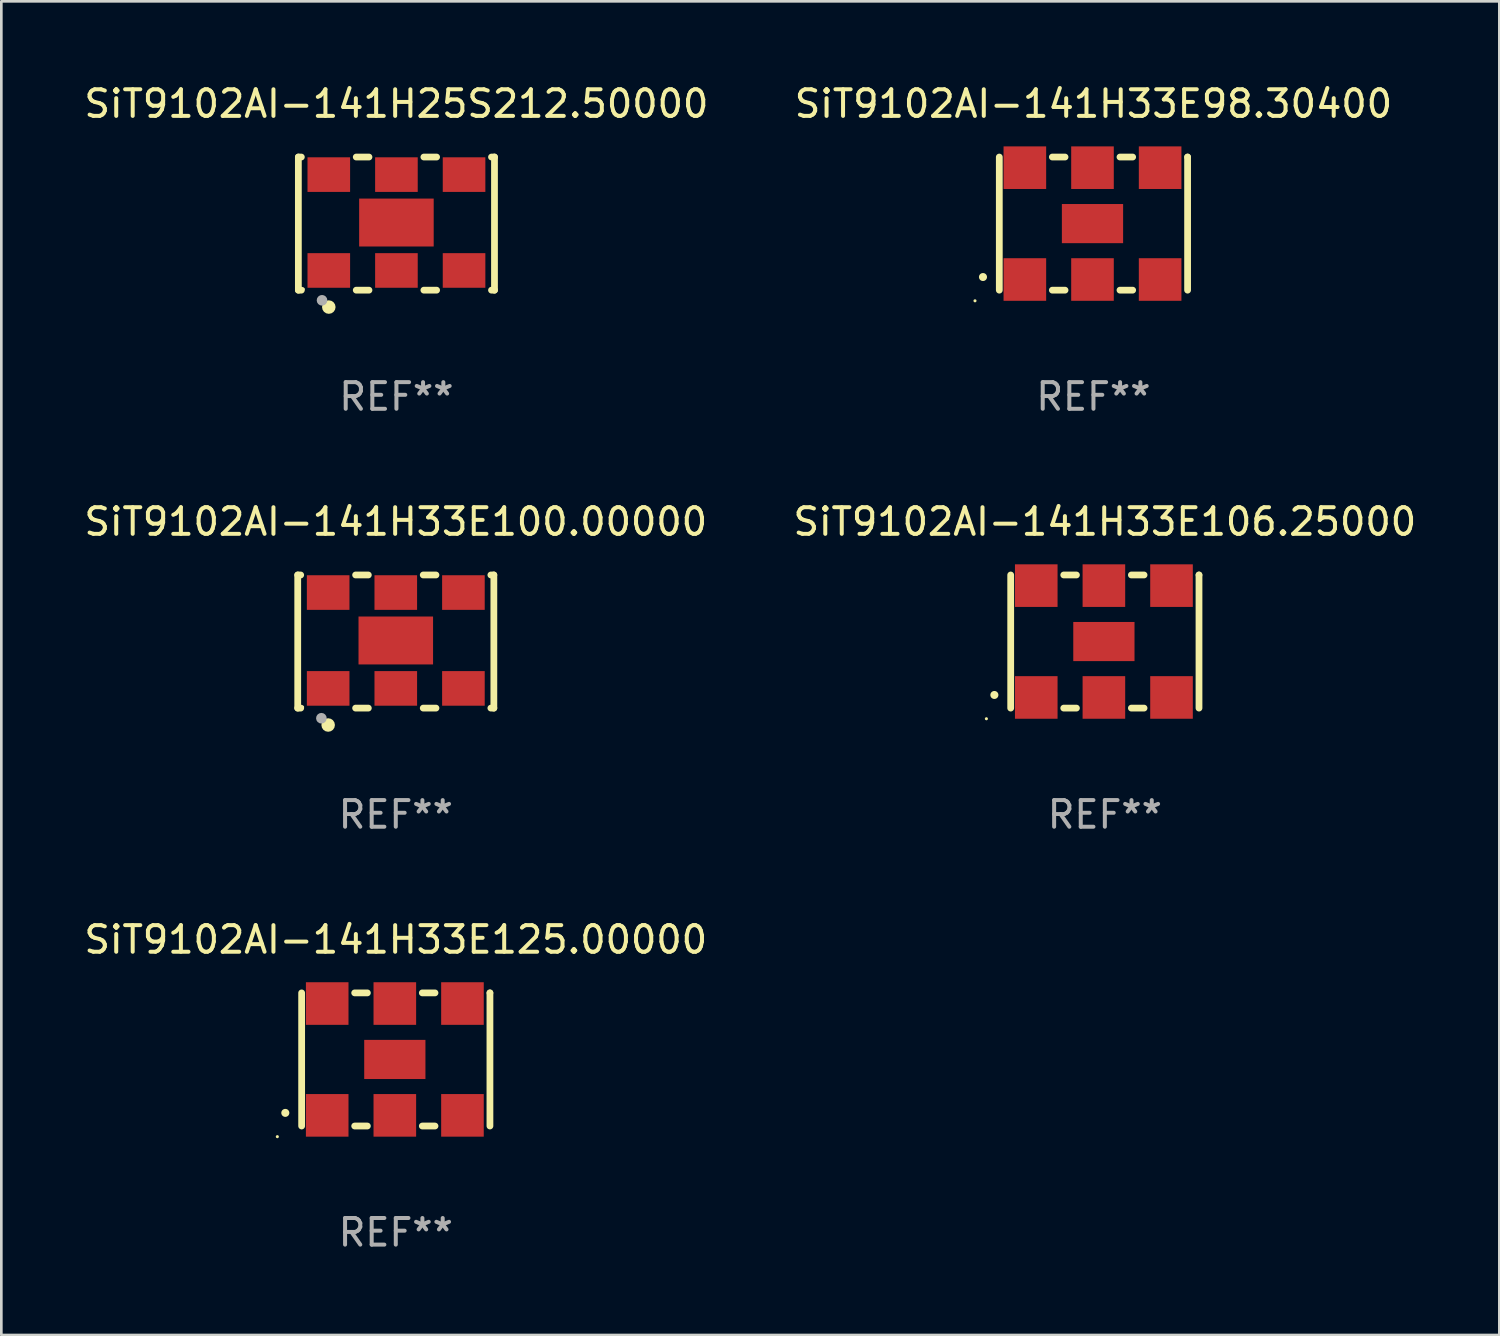
<source format=kicad_pcb>
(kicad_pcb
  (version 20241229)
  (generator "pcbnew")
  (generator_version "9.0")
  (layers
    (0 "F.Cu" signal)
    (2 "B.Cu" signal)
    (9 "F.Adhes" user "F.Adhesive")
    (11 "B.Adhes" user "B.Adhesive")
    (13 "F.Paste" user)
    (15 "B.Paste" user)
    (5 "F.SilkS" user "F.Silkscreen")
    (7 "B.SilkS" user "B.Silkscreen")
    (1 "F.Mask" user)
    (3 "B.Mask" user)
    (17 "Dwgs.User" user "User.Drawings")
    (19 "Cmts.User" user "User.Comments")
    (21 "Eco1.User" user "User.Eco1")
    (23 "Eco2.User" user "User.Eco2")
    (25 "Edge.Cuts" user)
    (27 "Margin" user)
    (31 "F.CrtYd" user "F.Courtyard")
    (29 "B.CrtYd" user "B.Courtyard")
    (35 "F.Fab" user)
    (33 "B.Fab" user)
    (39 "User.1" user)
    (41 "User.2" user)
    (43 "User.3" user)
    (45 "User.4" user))
  (footprint "SiT9102AI-141H33E125.00000"
    (layer "F.Cu")
    (at 11.815 36.741)
    (property "Reference" "SiT9102AI-141H33E125.00000" (at 0 -4.5 0) (layer "F.SilkS") (effects (font (size 1 1) (thickness 0.15))))
    (attr through_hole)
    (fp_line (start -3.536 -2.5) (end -3.536 2.5) (stroke (width 0.254) (type solid)) (layer "F.SilkS"))
    (fp_line (start -1.544 2.5) (end -1.067 2.5) (stroke (width 0.254) (type solid)) (layer "F.SilkS"))
    (fp_line (start -1.067 -2.5) (end -1.544 -2.5) (stroke (width 0.254) (type solid)) (layer "F.SilkS"))
    (fp_line (start 0.996 2.5) (end 1.473 2.5) (stroke (width 0.254) (type solid)) (layer "F.SilkS"))
    (fp_line (start 1.473 -2.5) (end 0.996 -2.5) (stroke (width 0.254) (type solid)) (layer "F.SilkS"))
    (fp_line (start 3.536 -2.5) (end 3.536 -2.5) (stroke (width 0.254) (type solid)) (layer "F.SilkS"))
    (fp_line (start 3.536 2.5) (end 3.536 -2.5) (stroke (width 0.254) (type solid)) (layer "F.SilkS"))
    (fp_arc (start -4.150432 2.006604) (mid -4.149162 2.006599) (end -4.147892 2.006604) (stroke (width 0.3) (type solid)) (layer "F.SilkS"))
    (fp_circle (center -4.449 2.9) (end -4.419 2.9) (stroke (width 0.06) (type solid)) (fill no) (layer "F.SilkS"))
    (fp_text user "REF**" (at 0 6.5 0) (layer "F.Fab") (effects (font (size 1 1) (thickness 0.15))))
    (pad "1" smd rect (at -2.576 2.1) (size 1.6 1.6) (layers "F.Cu" "F.Mask" "F.Paste"))
    (pad "2" smd rect (at -0.036 2.1) (size 1.6 1.6) (layers "F.Cu" "F.Mask" "F.Paste"))
    (pad "3" smd rect (at 2.504 2.1) (size 1.6 1.6) (layers "F.Cu" "F.Mask" "F.Paste"))
    (pad "4" smd rect (at 2.504 -2.1) (size 1.6 1.6) (layers "F.Cu" "F.Mask" "F.Paste"))
    (pad "5" smd rect (at -0.036 -2.1) (size 1.6 1.6) (layers "F.Cu" "F.Mask" "F.Paste"))
    (pad "6" smd rect (at -2.576 -2.1) (size 1.6 1.6) (layers "F.Cu" "F.Mask" "F.Paste"))
    (pad "7" smd rect (at -0.036 0) (size 2.3 1.47) (layers "F.Cu" "F.Mask" "F.Paste")))
  (footprint "SiT9102AI-141H33E98.30400"
    (layer "F.Cu")
    (at 38.018 5.348)
    (property "Reference" "SiT9102AI-141H33E98.30400" (at 0 -4.5 0) (layer "F.SilkS") (effects (font (size 1 1) (thickness 0.15))))
    (attr through_hole)
    (fp_line (start -3.536 -2.5) (end -3.536 2.5) (stroke (width 0.254) (type solid)) (layer "F.SilkS"))
    (fp_line (start -1.544 2.5) (end -1.067 2.5) (stroke (width 0.254) (type solid)) (layer "F.SilkS"))
    (fp_line (start -1.067 -2.5) (end -1.544 -2.5) (stroke (width 0.254) (type solid)) (layer "F.SilkS"))
    (fp_line (start 0.996 2.5) (end 1.473 2.5) (stroke (width 0.254) (type solid)) (layer "F.SilkS"))
    (fp_line (start 1.473 -2.5) (end 0.996 -2.5) (stroke (width 0.254) (type solid)) (layer "F.SilkS"))
    (fp_line (start 3.536 -2.5) (end 3.536 -2.5) (stroke (width 0.254) (type solid)) (layer "F.SilkS"))
    (fp_line (start 3.536 2.5) (end 3.536 -2.5) (stroke (width 0.254) (type solid)) (layer "F.SilkS"))
    (fp_arc (start -4.150432 2.006604) (mid -4.149162 2.006599) (end -4.147892 2.006604) (stroke (width 0.3) (type solid)) (layer "F.SilkS"))
    (fp_circle (center -4.449 2.9) (end -4.419 2.9) (stroke (width 0.06) (type solid)) (fill no) (layer "F.SilkS"))
    (fp_text user "REF**" (at 0 6.5 0) (layer "F.Fab") (effects (font (size 1 1) (thickness 0.15))))
    (pad "1" smd rect (at -2.576 2.1) (size 1.6 1.6) (layers "F.Cu" "F.Mask" "F.Paste"))
    (pad "2" smd rect (at -0.036 2.1) (size 1.6 1.6) (layers "F.Cu" "F.Mask" "F.Paste"))
    (pad "3" smd rect (at 2.504 2.1) (size 1.6 1.6) (layers "F.Cu" "F.Mask" "F.Paste"))
    (pad "4" smd rect (at 2.504 -2.1) (size 1.6 1.6) (layers "F.Cu" "F.Mask" "F.Paste"))
    (pad "5" smd rect (at -0.036 -2.1) (size 1.6 1.6) (layers "F.Cu" "F.Mask" "F.Paste"))
    (pad "6" smd rect (at -2.576 -2.1) (size 1.6 1.6) (layers "F.Cu" "F.Mask" "F.Paste"))
    (pad "7" smd rect (at -0.036 0) (size 2.3 1.47) (layers "F.Cu" "F.Mask" "F.Paste")))
  (footprint "SiT9102AI-141H33E100.00000"
    (layer "F.Cu")
    (at 11.815 21.045)
    (property "Reference" "SiT9102AI-141H33E100.00000" (at 0 -4.5 0) (layer "F.SilkS") (effects (font (size 1 1) (thickness 0.15))))
    (attr through_hole)
    (fp_line (start -3.683 -2.5) (end -3.571 -2.5) (stroke (width 0.254) (type solid)) (layer "F.SilkS"))
    (fp_line (start -3.683 2.5) (end -3.683 -2.5) (stroke (width 0.254) (type solid)) (layer "F.SilkS"))
    (fp_line (start -3.683 2.5) (end -3.571 2.5) (stroke (width 0.254) (type solid)) (layer "F.SilkS"))
    (fp_line (start -1.509 -2.5) (end -1.031 -2.5) (stroke (width 0.254) (type solid)) (layer "F.SilkS"))
    (fp_line (start -1.509 2.5) (end -1.031 2.5) (stroke (width 0.254) (type solid)) (layer "F.SilkS"))
    (fp_line (start 1.031 -2.5) (end 1.509 -2.5) (stroke (width 0.254) (type solid)) (layer "F.SilkS"))
    (fp_line (start 1.031 2.5) (end 1.509 2.5) (stroke (width 0.254) (type solid)) (layer "F.SilkS"))
    (fp_line (start 3.571 -2.5) (end 3.683 -2.5) (stroke (width 0.254) (type solid)) (layer "F.SilkS"))
    (fp_line (start 3.571 2.5) (end 3.683 2.5) (stroke (width 0.254) (type solid)) (layer "F.SilkS"))
    (fp_line (start 3.683 2.5) (end 3.683 -2.5) (stroke (width 0.254) (type solid)) (layer "F.SilkS"))
    (fp_circle (center -3.5 2.46) (end -3.47 2.46) (stroke (width 0.06) (type solid)) (fill no) (layer "F.SilkS"))
    (fp_circle (center -2.54 3.135) (end -2.413 3.135) (stroke (width 0.254) (type solid)) (fill no) (layer "F.SilkS"))
    (fp_circle (center -2.794 2.881) (end -2.694 2.881) (stroke (width 0.2) (type solid)) (fill no) (layer "F.Fab"))
    (fp_text user "REF**" (at 0 6.5 0) (layer "F.Fab") (effects (font (size 1 1) (thickness 0.15))))
    (pad "1" smd rect (at -2.54 1.76) (size 1.6 1.3) (layers "F.Cu" "F.Mask" "F.Paste"))
    (pad "2" smd rect (at 0 1.76) (size 1.6 1.3) (layers "F.Cu" "F.Mask" "F.Paste"))
    (pad "3" smd rect (at 2.54 1.76) (size 1.6 1.3) (layers "F.Cu" "F.Mask" "F.Paste"))
    (pad "4" smd rect (at 2.54 -1.84) (size 1.6 1.3) (layers "F.Cu" "F.Mask" "F.Paste"))
    (pad "5" smd rect (at 0 -1.84) (size 1.6 1.3) (layers "F.Cu" "F.Mask" "F.Paste"))
    (pad "6" smd rect (at -2.54 -1.84) (size 1.6 1.3) (layers "F.Cu" "F.Mask" "F.Paste"))
    (pad "7" smd rect (at 0 -0.04) (size 2.8 1.8) (layers "F.Cu" "F.Mask" "F.Paste")))
  (footprint "SiT9102AI-141H25S212.50000"
    (layer "F.Cu")
    (at 11.839 5.348)
    (property "Reference" "SiT9102AI-141H25S212.50000" (at 0 -4.5 0) (layer "F.SilkS") (effects (font (size 1 1) (thickness 0.15))))
    (attr through_hole)
    (fp_line (start -3.683 -2.5) (end -3.571 -2.5) (stroke (width 0.254) (type solid)) (layer "F.SilkS"))
    (fp_line (start -3.683 2.5) (end -3.683 -2.5) (stroke (width 0.254) (type solid)) (layer "F.SilkS"))
    (fp_line (start -3.683 2.5) (end -3.571 2.5) (stroke (width 0.254) (type solid)) (layer "F.SilkS"))
    (fp_line (start -1.509 -2.5) (end -1.031 -2.5) (stroke (width 0.254) (type solid)) (layer "F.SilkS"))
    (fp_line (start -1.509 2.5) (end -1.031 2.5) (stroke (width 0.254) (type solid)) (layer "F.SilkS"))
    (fp_line (start 1.031 -2.5) (end 1.509 -2.5) (stroke (width 0.254) (type solid)) (layer "F.SilkS"))
    (fp_line (start 1.031 2.5) (end 1.509 2.5) (stroke (width 0.254) (type solid)) (layer "F.SilkS"))
    (fp_line (start 3.571 -2.5) (end 3.683 -2.5) (stroke (width 0.254) (type solid)) (layer "F.SilkS"))
    (fp_line (start 3.571 2.5) (end 3.683 2.5) (stroke (width 0.254) (type solid)) (layer "F.SilkS"))
    (fp_line (start 3.683 2.5) (end 3.683 -2.5) (stroke (width 0.254) (type solid)) (layer "F.SilkS"))
    (fp_circle (center -3.5 2.46) (end -3.47 2.46) (stroke (width 0.06) (type solid)) (fill no) (layer "F.SilkS"))
    (fp_circle (center -2.54 3.135) (end -2.413 3.135) (stroke (width 0.254) (type solid)) (fill no) (layer "F.SilkS"))
    (fp_circle (center -2.794 2.881) (end -2.694 2.881) (stroke (width 0.2) (type solid)) (fill no) (layer "F.Fab"))
    (fp_text user "REF**" (at 0 6.5 0) (layer "F.Fab") (effects (font (size 1 1) (thickness 0.15))))
    (pad "1" smd rect (at -2.54 1.76) (size 1.6 1.3) (layers "F.Cu" "F.Mask" "F.Paste"))
    (pad "2" smd rect (at 0 1.76) (size 1.6 1.3) (layers "F.Cu" "F.Mask" "F.Paste"))
    (pad "3" smd rect (at 2.54 1.76) (size 1.6 1.3) (layers "F.Cu" "F.Mask" "F.Paste"))
    (pad "4" smd rect (at 2.54 -1.84) (size 1.6 1.3) (layers "F.Cu" "F.Mask" "F.Paste"))
    (pad "5" smd rect (at 0 -1.84) (size 1.6 1.3) (layers "F.Cu" "F.Mask" "F.Paste"))
    (pad "6" smd rect (at -2.54 -1.84) (size 1.6 1.3) (layers "F.Cu" "F.Mask" "F.Paste"))
    (pad "7" smd rect (at 0 -0.04) (size 2.8 1.8) (layers "F.Cu" "F.Mask" "F.Paste")))
  (footprint "SiT9102AI-141H33E106.25000"
    (layer "F.Cu")
    (at 38.446 21.045)
    (property "Reference" "SiT9102AI-141H33E106.25000" (at 0 -4.5 0) (layer "F.SilkS") (effects (font (size 1 1) (thickness 0.15))))
    (attr through_hole)
    (fp_line (start -3.536 -2.5) (end -3.536 2.5) (stroke (width 0.254) (type solid)) (layer "F.SilkS"))
    (fp_line (start -1.544 2.5) (end -1.067 2.5) (stroke (width 0.254) (type solid)) (layer "F.SilkS"))
    (fp_line (start -1.067 -2.5) (end -1.544 -2.5) (stroke (width 0.254) (type solid)) (layer "F.SilkS"))
    (fp_line (start 0.996 2.5) (end 1.473 2.5) (stroke (width 0.254) (type solid)) (layer "F.SilkS"))
    (fp_line (start 1.473 -2.5) (end 0.996 -2.5) (stroke (width 0.254) (type solid)) (layer "F.SilkS"))
    (fp_line (start 3.536 -2.5) (end 3.536 -2.5) (stroke (width 0.254) (type solid)) (layer "F.SilkS"))
    (fp_line (start 3.536 2.5) (end 3.536 -2.5) (stroke (width 0.254) (type solid)) (layer "F.SilkS"))
    (fp_arc (start -4.150432 2.006604) (mid -4.149162 2.006599) (end -4.147892 2.006604) (stroke (width 0.3) (type solid)) (layer "F.SilkS"))
    (fp_circle (center -4.449 2.9) (end -4.419 2.9) (stroke (width 0.06) (type solid)) (fill no) (layer "F.SilkS"))
    (fp_text user "REF**" (at 0 6.5 0) (layer "F.Fab") (effects (font (size 1 1) (thickness 0.15))))
    (pad "1" smd rect (at -2.576 2.1) (size 1.6 1.6) (layers "F.Cu" "F.Mask" "F.Paste"))
    (pad "2" smd rect (at -0.036 2.1) (size 1.6 1.6) (layers "F.Cu" "F.Mask" "F.Paste"))
    (pad "3" smd rect (at 2.504 2.1) (size 1.6 1.6) (layers "F.Cu" "F.Mask" "F.Paste"))
    (pad "4" smd rect (at 2.504 -2.1) (size 1.6 1.6) (layers "F.Cu" "F.Mask" "F.Paste"))
    (pad "5" smd rect (at -0.036 -2.1) (size 1.6 1.6) (layers "F.Cu" "F.Mask" "F.Paste"))
    (pad "6" smd rect (at -2.576 -2.1) (size 1.6 1.6) (layers "F.Cu" "F.Mask" "F.Paste"))
    (pad "7" smd rect (at -0.036 0) (size 2.3 1.47) (layers "F.Cu" "F.Mask" "F.Paste")))
  (gr_rect
    (start -3 -3)
    (end 53.262 47.09)
    (stroke (width 0.1) (type default))
    (fill no)
    (layer "Edge.Cuts")))
</source>
